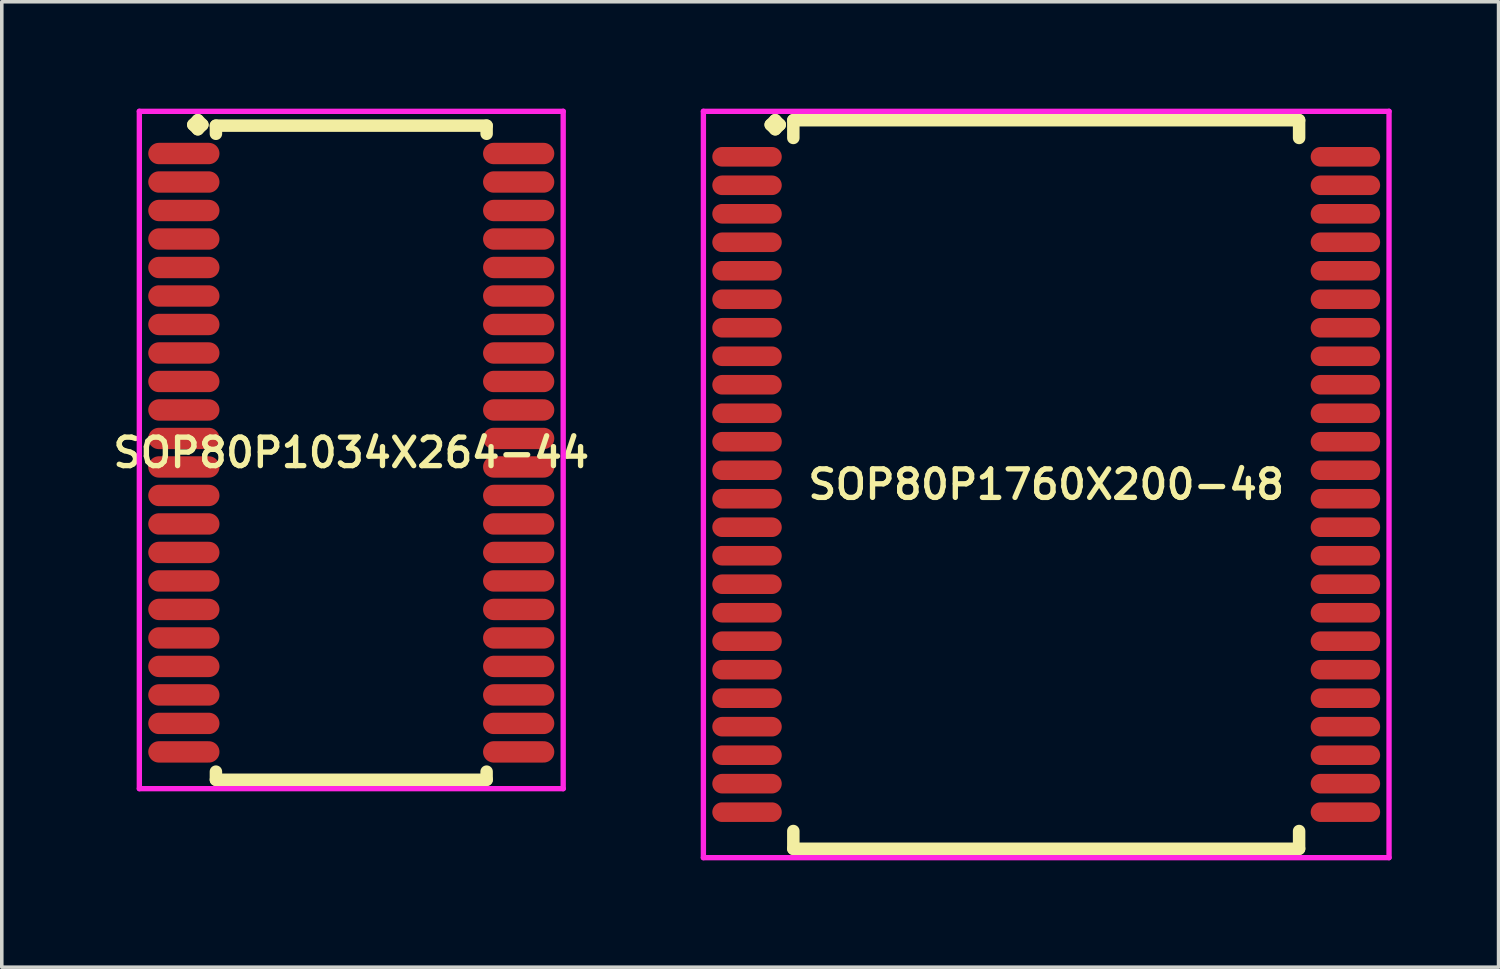
<source format=kicad_pcb>
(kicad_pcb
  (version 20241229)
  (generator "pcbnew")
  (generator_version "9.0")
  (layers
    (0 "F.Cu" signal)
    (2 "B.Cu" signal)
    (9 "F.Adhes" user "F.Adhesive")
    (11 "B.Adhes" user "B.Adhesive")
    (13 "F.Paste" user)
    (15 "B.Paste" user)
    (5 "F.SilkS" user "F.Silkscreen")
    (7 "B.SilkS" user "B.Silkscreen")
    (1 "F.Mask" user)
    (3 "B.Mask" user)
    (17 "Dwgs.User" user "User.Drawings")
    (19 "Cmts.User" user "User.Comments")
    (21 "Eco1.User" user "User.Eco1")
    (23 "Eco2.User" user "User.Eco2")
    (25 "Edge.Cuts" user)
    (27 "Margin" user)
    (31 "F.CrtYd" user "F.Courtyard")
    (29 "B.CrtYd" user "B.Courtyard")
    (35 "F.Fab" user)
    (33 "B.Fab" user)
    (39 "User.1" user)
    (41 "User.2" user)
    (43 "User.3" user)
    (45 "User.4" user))
  (footprint "SOP80P1034X264-44"
    (layer "F.Cu")
    (at 6.812 9.66)
    (property "Reference" "SOP80P1034X264-44" (at 0 0 0) (layer "F.SilkS") (effects (font (size 0.8 0.8) (thickness 0.15))))
    (attr smd)
    (fp_line (start -4.435 -9.208) (end -4.308 -9.335) (stroke (width 0.35) (type solid)) (layer "F.SilkS"))
    (fp_line (start -4.308 -9.335) (end -4.181 -9.208) (stroke (width 0.35) (type solid)) (layer "F.SilkS"))
    (fp_line (start -4.308 -9.081) (end -4.435 -9.208) (stroke (width 0.35) (type solid)) (layer "F.SilkS"))
    (fp_line (start -4.181 -9.208) (end -4.308 -9.081) (stroke (width 0.35) (type solid)) (layer "F.SilkS"))
    (fp_line (start -3.8 -9.182) (end 3.8 -9.182) (stroke (width 0.35) (type solid)) (layer "F.SilkS"))
    (fp_line (start -3.8 -8.954) (end -3.8 -9.182) (stroke (width 0.35) (type solid)) (layer "F.SilkS"))
    (fp_line (start -3.8 8.954) (end -3.8 9.182) (stroke (width 0.35) (type solid)) (layer "F.SilkS"))
    (fp_line (start -3.8 9.182) (end 3.8 9.182) (stroke (width 0.35) (type solid)) (layer "F.SilkS"))
    (fp_line (start 3.8 -9.182) (end 3.8 -8.954) (stroke (width 0.35) (type solid)) (layer "F.SilkS"))
    (fp_line (start 3.8 9.182) (end 3.8 8.954) (stroke (width 0.35) (type solid)) (layer "F.SilkS"))
    (fp_line (start -5.95 -9.585) (end 5.95 -9.585) (stroke (width 0.15) (type solid)) (layer "F.CrtYd"))
    (fp_line (start -5.95 9.432) (end -5.95 -9.585) (stroke (width 0.15) (type solid)) (layer "F.CrtYd"))
    (fp_line (start 5.95 -9.585) (end 5.95 9.432) (stroke (width 0.15) (type solid)) (layer "F.CrtYd"))
    (fp_line (start 5.95 9.432) (end -5.95 9.432) (stroke (width 0.15) (type solid)) (layer "F.CrtYd"))
    (pad "1" smd oval (at -4.7 -8.4) (size 2 0.6) (layers "F.Cu" "F.Mask" "F.Paste"))
    (pad "2" smd oval (at -4.7 -7.6) (size 2 0.6) (layers "F.Cu" "F.Mask" "F.Paste"))
    (pad "3" smd oval (at -4.7 -6.8) (size 2 0.6) (layers "F.Cu" "F.Mask" "F.Paste"))
    (pad "4" smd oval (at -4.7 -6) (size 2 0.6) (layers "F.Cu" "F.Mask" "F.Paste"))
    (pad "5" smd oval (at -4.7 -5.2) (size 2 0.6) (layers "F.Cu" "F.Mask" "F.Paste"))
    (pad "6" smd oval (at -4.7 -4.4) (size 2 0.6) (layers "F.Cu" "F.Mask" "F.Paste"))
    (pad "7" smd oval (at -4.7 -3.6) (size 2 0.6) (layers "F.Cu" "F.Mask" "F.Paste"))
    (pad "8" smd oval (at -4.7 -2.8) (size 2 0.6) (layers "F.Cu" "F.Mask" "F.Paste"))
    (pad "9" smd oval (at -4.7 -2) (size 2 0.6) (layers "F.Cu" "F.Mask" "F.Paste"))
    (pad "10" smd oval (at -4.7 -1.2) (size 2 0.6) (layers "F.Cu" "F.Mask" "F.Paste"))
    (pad "11" smd oval (at -4.7 -0.4) (size 2 0.6) (layers "F.Cu" "F.Mask" "F.Paste"))
    (pad "12" smd oval (at -4.7 0.4) (size 2 0.6) (layers "F.Cu" "F.Mask" "F.Paste"))
    (pad "13" smd oval (at -4.7 1.2) (size 2 0.6) (layers "F.Cu" "F.Mask" "F.Paste"))
    (pad "14" smd oval (at -4.7 2) (size 2 0.6) (layers "F.Cu" "F.Mask" "F.Paste"))
    (pad "15" smd oval (at -4.7 2.8) (size 2 0.6) (layers "F.Cu" "F.Mask" "F.Paste"))
    (pad "16" smd oval (at -4.7 3.6) (size 2 0.6) (layers "F.Cu" "F.Mask" "F.Paste"))
    (pad "17" smd oval (at -4.7 4.4) (size 2 0.6) (layers "F.Cu" "F.Mask" "F.Paste"))
    (pad "18" smd oval (at -4.7 5.2) (size 2 0.6) (layers "F.Cu" "F.Mask" "F.Paste"))
    (pad "19" smd oval (at -4.7 6) (size 2 0.6) (layers "F.Cu" "F.Mask" "F.Paste"))
    (pad "20" smd oval (at -4.7 6.8) (size 2 0.6) (layers "F.Cu" "F.Mask" "F.Paste"))
    (pad "21" smd oval (at -4.7 7.6) (size 2 0.6) (layers "F.Cu" "F.Mask" "F.Paste"))
    (pad "22" smd oval (at -4.7 8.4) (size 2 0.6) (layers "F.Cu" "F.Mask" "F.Paste"))
    (pad "23" smd oval (at 4.7 8.4) (size 2 0.6) (layers "F.Cu" "F.Mask" "F.Paste"))
    (pad "24" smd oval (at 4.7 7.6) (size 2 0.6) (layers "F.Cu" "F.Mask" "F.Paste"))
    (pad "25" smd oval (at 4.7 6.8) (size 2 0.6) (layers "F.Cu" "F.Mask" "F.Paste"))
    (pad "26" smd oval (at 4.7 6) (size 2 0.6) (layers "F.Cu" "F.Mask" "F.Paste"))
    (pad "27" smd oval (at 4.7 5.2) (size 2 0.6) (layers "F.Cu" "F.Mask" "F.Paste"))
    (pad "28" smd oval (at 4.7 4.4) (size 2 0.6) (layers "F.Cu" "F.Mask" "F.Paste"))
    (pad "29" smd oval (at 4.7 3.6) (size 2 0.6) (layers "F.Cu" "F.Mask" "F.Paste"))
    (pad "30" smd oval (at 4.7 2.8) (size 2 0.6) (layers "F.Cu" "F.Mask" "F.Paste"))
    (pad "31" smd oval (at 4.7 2) (size 2 0.6) (layers "F.Cu" "F.Mask" "F.Paste"))
    (pad "32" smd oval (at 4.7 1.2) (size 2 0.6) (layers "F.Cu" "F.Mask" "F.Paste"))
    (pad "33" smd oval (at 4.7 0.4) (size 2 0.6) (layers "F.Cu" "F.Mask" "F.Paste"))
    (pad "34" smd oval (at 4.7 -0.4) (size 2 0.6) (layers "F.Cu" "F.Mask" "F.Paste"))
    (pad "35" smd oval (at 4.7 -1.2) (size 2 0.6) (layers "F.Cu" "F.Mask" "F.Paste"))
    (pad "36" smd oval (at 4.7 -2) (size 2 0.6) (layers "F.Cu" "F.Mask" "F.Paste"))
    (pad "37" smd oval (at 4.7 -2.8) (size 2 0.6) (layers "F.Cu" "F.Mask" "F.Paste"))
    (pad "38" smd oval (at 4.7 -3.6) (size 2 0.6) (layers "F.Cu" "F.Mask" "F.Paste"))
    (pad "39" smd oval (at 4.7 -4.4) (size 2 0.6) (layers "F.Cu" "F.Mask" "F.Paste"))
    (pad "40" smd oval (at 4.7 -5.2) (size 2 0.6) (layers "F.Cu" "F.Mask" "F.Paste"))
    (pad "41" smd oval (at 4.7 -6) (size 2 0.6) (layers "F.Cu" "F.Mask" "F.Paste"))
    (pad "42" smd oval (at 4.7 -6.8) (size 2 0.6) (layers "F.Cu" "F.Mask" "F.Paste"))
    (pad "43" smd oval (at 4.7 -7.6) (size 2 0.6) (layers "F.Cu" "F.Mask" "F.Paste"))
    (pad "44" smd oval (at 4.7 -8.4) (size 2 0.6) (layers "F.Cu" "F.Mask" "F.Paste")))
  (footprint "SOP80P1760X200-48"
    (layer "F.Cu")
    (at 26.323 10.552)
    (property "Reference" "SOP80P1760X200-48" (at 0 0 0) (layer "F.SilkS") (effects (font (size 0.8 0.8) (thickness 0.15))))
    (attr through_hole)
    (fp_line (start -7.735 -10.1) (end -7.608 -10.227) (stroke (width 0.35) (type solid)) (layer "F.SilkS"))
    (fp_line (start -7.608 -10.227) (end -7.481 -10.1) (stroke (width 0.35) (type solid)) (layer "F.SilkS"))
    (fp_line (start -7.608 -9.973) (end -7.735 -10.1) (stroke (width 0.35) (type solid)) (layer "F.SilkS"))
    (fp_line (start -7.481 -10.1) (end -7.608 -9.973) (stroke (width 0.35) (type solid)) (layer "F.SilkS"))
    (fp_line (start -7.1 -10.227) (end 7.1 -10.227) (stroke (width 0.35) (type solid)) (layer "F.SilkS"))
    (fp_line (start -7.1 -9.729) (end -7.1 -10.227) (stroke (width 0.35) (type solid)) (layer "F.SilkS"))
    (fp_line (start -7.1 9.729) (end -7.1 10.227) (stroke (width 0.35) (type solid)) (layer "F.SilkS"))
    (fp_line (start -7.1 10.227) (end 7.1 10.227) (stroke (width 0.35) (type solid)) (layer "F.SilkS"))
    (fp_line (start 7.1 -10.227) (end 7.1 -9.729) (stroke (width 0.35) (type solid)) (layer "F.SilkS"))
    (fp_line (start 7.1 10.227) (end 7.1 9.729) (stroke (width 0.35) (type solid)) (layer "F.SilkS"))
    (fp_line (start -9.625 -10.477) (end 9.625 -10.477) (stroke (width 0.15) (type solid)) (layer "F.CrtYd"))
    (fp_line (start -9.625 10.477) (end -9.625 -10.477) (stroke (width 0.15) (type solid)) (layer "F.CrtYd"))
    (fp_line (start 9.625 -10.477) (end 9.625 10.477) (stroke (width 0.15) (type solid)) (layer "F.CrtYd"))
    (fp_line (start 9.625 10.477) (end -9.625 10.477) (stroke (width 0.15) (type solid)) (layer "F.CrtYd"))
    (pad "1" smd oval (at -8.4 -9.2) (size 1.95 0.55) (layers "F.Cu" "F.Mask" "F.Paste"))
    (pad "2" smd oval (at -8.4 -8.4) (size 1.95 0.55) (layers "F.Cu" "F.Mask" "F.Paste"))
    (pad "3" smd oval (at -8.4 -7.6) (size 1.95 0.55) (layers "F.Cu" "F.Mask" "F.Paste"))
    (pad "4" smd oval (at -8.4 -6.8) (size 1.95 0.55) (layers "F.Cu" "F.Mask" "F.Paste"))
    (pad "5" smd oval (at -8.4 -6) (size 1.95 0.55) (layers "F.Cu" "F.Mask" "F.Paste"))
    (pad "6" smd oval (at -8.4 -5.2) (size 1.95 0.55) (layers "F.Cu" "F.Mask" "F.Paste"))
    (pad "7" smd oval (at -8.4 -4.4) (size 1.95 0.55) (layers "F.Cu" "F.Mask" "F.Paste"))
    (pad "8" smd oval (at -8.4 -3.6) (size 1.95 0.55) (layers "F.Cu" "F.Mask" "F.Paste"))
    (pad "9" smd oval (at -8.4 -2.8) (size 1.95 0.55) (layers "F.Cu" "F.Mask" "F.Paste"))
    (pad "10" smd oval (at -8.4 -2) (size 1.95 0.55) (layers "F.Cu" "F.Mask" "F.Paste"))
    (pad "11" smd oval (at -8.4 -1.2) (size 1.95 0.55) (layers "F.Cu" "F.Mask" "F.Paste"))
    (pad "12" smd oval (at -8.4 -0.4) (size 1.95 0.55) (layers "F.Cu" "F.Mask" "F.Paste"))
    (pad "13" smd oval (at -8.4 0.4) (size 1.95 0.55) (layers "F.Cu" "F.Mask" "F.Paste"))
    (pad "14" smd oval (at -8.4 1.2) (size 1.95 0.55) (layers "F.Cu" "F.Mask" "F.Paste"))
    (pad "15" smd oval (at -8.4 2) (size 1.95 0.55) (layers "F.Cu" "F.Mask" "F.Paste"))
    (pad "16" smd oval (at -8.4 2.8) (size 1.95 0.55) (layers "F.Cu" "F.Mask" "F.Paste"))
    (pad "17" smd oval (at -8.4 3.6) (size 1.95 0.55) (layers "F.Cu" "F.Mask" "F.Paste"))
    (pad "18" smd oval (at -8.4 4.4) (size 1.95 0.55) (layers "F.Cu" "F.Mask" "F.Paste"))
    (pad "19" smd oval (at -8.4 5.2) (size 1.95 0.55) (layers "F.Cu" "F.Mask" "F.Paste"))
    (pad "20" smd oval (at -8.4 6) (size 1.95 0.55) (layers "F.Cu" "F.Mask" "F.Paste"))
    (pad "21" smd oval (at -8.4 6.8) (size 1.95 0.55) (layers "F.Cu" "F.Mask" "F.Paste"))
    (pad "22" smd oval (at -8.4 7.6) (size 1.95 0.55) (layers "F.Cu" "F.Mask" "F.Paste"))
    (pad "23" smd oval (at -8.4 8.4) (size 1.95 0.55) (layers "F.Cu" "F.Mask" "F.Paste"))
    (pad "24" smd oval (at -8.4 9.2) (size 1.95 0.55) (layers "F.Cu" "F.Mask" "F.Paste"))
    (pad "25" smd oval (at 8.4 9.2) (size 1.95 0.55) (layers "F.Cu" "F.Mask" "F.Paste"))
    (pad "26" smd oval (at 8.4 8.4) (size 1.95 0.55) (layers "F.Cu" "F.Mask" "F.Paste"))
    (pad "27" smd oval (at 8.4 7.6) (size 1.95 0.55) (layers "F.Cu" "F.Mask" "F.Paste"))
    (pad "28" smd oval (at 8.4 6.8) (size 1.95 0.55) (layers "F.Cu" "F.Mask" "F.Paste"))
    (pad "29" smd oval (at 8.4 6) (size 1.95 0.55) (layers "F.Cu" "F.Mask" "F.Paste"))
    (pad "30" smd oval (at 8.4 5.2) (size 1.95 0.55) (layers "F.Cu" "F.Mask" "F.Paste"))
    (pad "31" smd oval (at 8.4 4.4) (size 1.95 0.55) (layers "F.Cu" "F.Mask" "F.Paste"))
    (pad "32" smd oval (at 8.4 3.6) (size 1.95 0.55) (layers "F.Cu" "F.Mask" "F.Paste"))
    (pad "33" smd oval (at 8.4 2.8) (size 1.95 0.55) (layers "F.Cu" "F.Mask" "F.Paste"))
    (pad "34" smd oval (at 8.4 2) (size 1.95 0.55) (layers "F.Cu" "F.Mask" "F.Paste"))
    (pad "35" smd oval (at 8.4 1.2) (size 1.95 0.55) (layers "F.Cu" "F.Mask" "F.Paste"))
    (pad "36" smd oval (at 8.4 0.4) (size 1.95 0.55) (layers "F.Cu" "F.Mask" "F.Paste"))
    (pad "37" smd oval (at 8.4 -0.4) (size 1.95 0.55) (layers "F.Cu" "F.Mask" "F.Paste"))
    (pad "38" smd oval (at 8.4 -1.2) (size 1.95 0.55) (layers "F.Cu" "F.Mask" "F.Paste"))
    (pad "39" smd oval (at 8.4 -2) (size 1.95 0.55) (layers "F.Cu" "F.Mask" "F.Paste"))
    (pad "40" smd oval (at 8.4 -2.8) (size 1.95 0.55) (layers "F.Cu" "F.Mask" "F.Paste"))
    (pad "41" smd oval (at 8.4 -3.6) (size 1.95 0.55) (layers "F.Cu" "F.Mask" "F.Paste"))
    (pad "42" smd oval (at 8.4 -4.4) (size 1.95 0.55) (layers "F.Cu" "F.Mask" "F.Paste"))
    (pad "43" smd oval (at 8.4 -5.2) (size 1.95 0.55) (layers "F.Cu" "F.Mask" "F.Paste"))
    (pad "44" smd oval (at 8.4 -6) (size 1.95 0.55) (layers "F.Cu" "F.Mask" "F.Paste"))
    (pad "45" smd oval (at 8.4 -6.8) (size 1.95 0.55) (layers "F.Cu" "F.Mask" "F.Paste"))
    (pad "46" smd oval (at 8.4 -7.6) (size 1.95 0.55) (layers "F.Cu" "F.Mask" "F.Paste"))
    (pad "47" smd oval (at 8.4 -8.4) (size 1.95 0.55) (layers "F.Cu" "F.Mask" "F.Paste"))
    (pad "48" smd oval (at 8.4 -9.2) (size 1.95 0.55) (layers "F.Cu" "F.Mask" "F.Paste")))
  (gr_rect
    (start -3 -3)
    (end 39.023 24.104)
    (stroke (width 0.1) (type default))
    (fill no)
    (layer "Edge.Cuts")))
</source>
